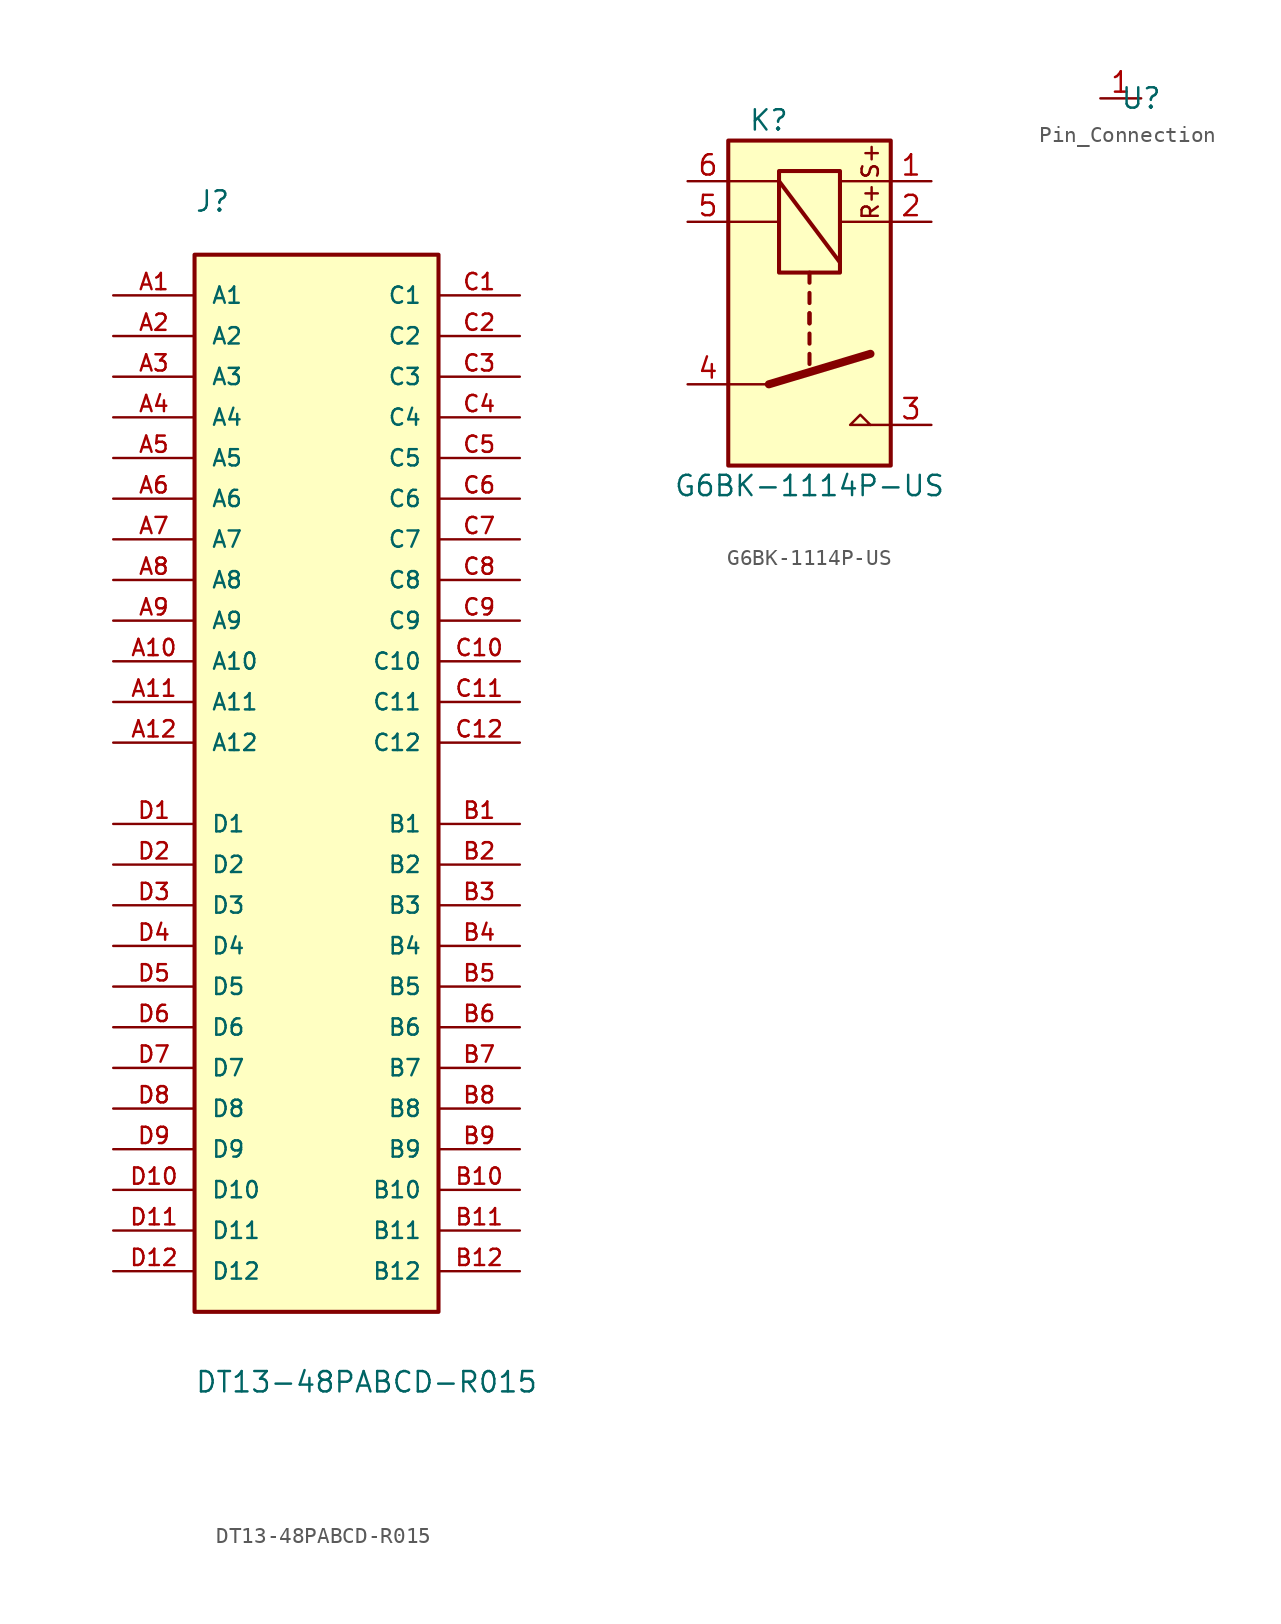
<source format=kicad_sym>
(kicad_symbol_lib
  (version 20220914)
  (generator kicad_symbol_editor)
  (symbol "DT13-48PABCD-R015"
    (pin_names
      (offset 1.016))
    (property "Reference" "J"
      (at -7.62 35.611 0)
      (effects (font (size 1.27 1.27)) (justify left bottom)))
    (property "Value" "DT13-48PABCD-R015"
      (at -7.62 -38.151 0)
      (effects (font (size 1.27 1.27)) (justify left bottom)))
    (property "ki_locked" ""
      (at 0 0 0)
      (effects (font (size 1.27 1.27))))
    (symbol "DT13-48PABCD-R015_0_0"
      (rectangle (start -7.62 -33.02) (end 7.62 33.02) (stroke (width 0.254) (type solid)) (fill (type background)))
      (pin passive line (at -12.7 30.48 0) (length 5.08) (name "A1" (effects (font (size 1.016 1.016)))) (number "A1" (effects (font (size 1.016 1.016)))))
      (pin passive line (at -12.7 7.62 0) (length 5.08) (name "A10" (effects (font (size 1.016 1.016)))) (number "A10" (effects (font (size 1.016 1.016)))))
      (pin passive line (at -12.7 5.08 0) (length 5.08) (name "A11" (effects (font (size 1.016 1.016)))) (number "A11" (effects (font (size 1.016 1.016)))))
      (pin passive line (at -12.7 2.54 0) (length 5.08) (name "A12" (effects (font (size 1.016 1.016)))) (number "A12" (effects (font (size 1.016 1.016)))))
      (pin passive line (at -12.7 27.94 0) (length 5.08) (name "A2" (effects (font (size 1.016 1.016)))) (number "A2" (effects (font (size 1.016 1.016)))))
      (pin passive line (at -12.7 25.4 0) (length 5.08) (name "A3" (effects (font (size 1.016 1.016)))) (number "A3" (effects (font (size 1.016 1.016)))))
      (pin passive line (at -12.7 22.86 0) (length 5.08) (name "A4" (effects (font (size 1.016 1.016)))) (number "A4" (effects (font (size 1.016 1.016)))))
      (pin passive line (at -12.7 20.32 0) (length 5.08) (name "A5" (effects (font (size 1.016 1.016)))) (number "A5" (effects (font (size 1.016 1.016)))))
      (pin passive line (at -12.7 17.78 0) (length 5.08) (name "A6" (effects (font (size 1.016 1.016)))) (number "A6" (effects (font (size 1.016 1.016)))))
      (pin passive line (at -12.7 15.24 0) (length 5.08) (name "A7" (effects (font (size 1.016 1.016)))) (number "A7" (effects (font (size 1.016 1.016)))))
      (pin passive line (at -12.7 12.7 0) (length 5.08) (name "A8" (effects (font (size 1.016 1.016)))) (number "A8" (effects (font (size 1.016 1.016)))))
      (pin passive line (at -12.7 10.16 0) (length 5.08) (name "A9" (effects (font (size 1.016 1.016)))) (number "A9" (effects (font (size 1.016 1.016)))))
      (pin passive line (at 12.7 -2.54 180) (length 5.08) (name "B1" (effects (font (size 1.016 1.016)))) (number "B1" (effects (font (size 1.016 1.016)))))
      (pin passive line (at 12.7 -25.4 180) (length 5.08) (name "B10" (effects (font (size 1.016 1.016)))) (number "B10" (effects (font (size 1.016 1.016)))))
      (pin passive line (at 12.7 -27.94 180) (length 5.08) (name "B11" (effects (font (size 1.016 1.016)))) (number "B11" (effects (font (size 1.016 1.016)))))
      (pin passive line (at 12.7 -30.48 180) (length 5.08) (name "B12" (effects (font (size 1.016 1.016)))) (number "B12" (effects (font (size 1.016 1.016)))))
      (pin passive line (at 12.7 -5.08 180) (length 5.08) (name "B2" (effects (font (size 1.016 1.016)))) (number "B2" (effects (font (size 1.016 1.016)))))
      (pin passive line (at 12.7 -7.62 180) (length 5.08) (name "B3" (effects (font (size 1.016 1.016)))) (number "B3" (effects (font (size 1.016 1.016)))))
      (pin passive line (at 12.7 -10.16 180) (length 5.08) (name "B4" (effects (font (size 1.016 1.016)))) (number "B4" (effects (font (size 1.016 1.016)))))
      (pin passive line (at 12.7 -12.7 180) (length 5.08) (name "B5" (effects (font (size 1.016 1.016)))) (number "B5" (effects (font (size 1.016 1.016)))))
      (pin passive line (at 12.7 -15.24 180) (length 5.08) (name "B6" (effects (font (size 1.016 1.016)))) (number "B6" (effects (font (size 1.016 1.016)))))
      (pin passive line (at 12.7 -17.78 180) (length 5.08) (name "B7" (effects (font (size 1.016 1.016)))) (number "B7" (effects (font (size 1.016 1.016)))))
      (pin passive line (at 12.7 -20.32 180) (length 5.08) (name "B8" (effects (font (size 1.016 1.016)))) (number "B8" (effects (font (size 1.016 1.016)))))
      (pin passive line (at 12.7 -22.86 180) (length 5.08) (name "B9" (effects (font (size 1.016 1.016)))) (number "B9" (effects (font (size 1.016 1.016)))))
      (pin passive line (at 12.7 30.48 180) (length 5.08) (name "C1" (effects (font (size 1.016 1.016)))) (number "C1" (effects (font (size 1.016 1.016)))))
      (pin passive line (at 12.7 7.62 180) (length 5.08) (name "C10" (effects (font (size 1.016 1.016)))) (number "C10" (effects (font (size 1.016 1.016)))))
      (pin passive line (at 12.7 5.08 180) (length 5.08) (name "C11" (effects (font (size 1.016 1.016)))) (number "C11" (effects (font (size 1.016 1.016)))))
      (pin passive line (at 12.7 2.54 180) (length 5.08) (name "C12" (effects (font (size 1.016 1.016)))) (number "C12" (effects (font (size 1.016 1.016)))))
      (pin passive line (at 12.7 27.94 180) (length 5.08) (name "C2" (effects (font (size 1.016 1.016)))) (number "C2" (effects (font (size 1.016 1.016)))))
      (pin passive line (at 12.7 25.4 180) (length 5.08) (name "C3" (effects (font (size 1.016 1.016)))) (number "C3" (effects (font (size 1.016 1.016)))))
      (pin passive line (at 12.7 22.86 180) (length 5.08) (name "C4" (effects (font (size 1.016 1.016)))) (number "C4" (effects (font (size 1.016 1.016)))))
      (pin passive line (at 12.7 20.32 180) (length 5.08) (name "C5" (effects (font (size 1.016 1.016)))) (number "C5" (effects (font (size 1.016 1.016)))))
      (pin passive line (at 12.7 17.78 180) (length 5.08) (name "C6" (effects (font (size 1.016 1.016)))) (number "C6" (effects (font (size 1.016 1.016)))))
      (pin passive line (at 12.7 15.24 180) (length 5.08) (name "C7" (effects (font (size 1.016 1.016)))) (number "C7" (effects (font (size 1.016 1.016)))))
      (pin passive line (at 12.7 12.7 180) (length 5.08) (name "C8" (effects (font (size 1.016 1.016)))) (number "C8" (effects (font (size 1.016 1.016)))))
      (pin passive line (at 12.7 10.16 180) (length 5.08) (name "C9" (effects (font (size 1.016 1.016)))) (number "C9" (effects (font (size 1.016 1.016)))))
      (pin passive line (at -12.7 -2.54 0) (length 5.08) (name "D1" (effects (font (size 1.016 1.016)))) (number "D1" (effects (font (size 1.016 1.016)))))
      (pin passive line (at -12.7 -25.4 0) (length 5.08) (name "D10" (effects (font (size 1.016 1.016)))) (number "D10" (effects (font (size 1.016 1.016)))))
      (pin passive line (at -12.7 -27.94 0) (length 5.08) (name "D11" (effects (font (size 1.016 1.016)))) (number "D11" (effects (font (size 1.016 1.016)))))
      (pin passive line (at -12.7 -30.48 0) (length 5.08) (name "D12" (effects (font (size 1.016 1.016)))) (number "D12" (effects (font (size 1.016 1.016)))))
      (pin passive line (at -12.7 -5.08 0) (length 5.08) (name "D2" (effects (font (size 1.016 1.016)))) (number "D2" (effects (font (size 1.016 1.016)))))
      (pin passive line (at -12.7 -7.62 0) (length 5.08) (name "D3" (effects (font (size 1.016 1.016)))) (number "D3" (effects (font (size 1.016 1.016)))))
      (pin passive line (at -12.7 -10.16 0) (length 5.08) (name "D4" (effects (font (size 1.016 1.016)))) (number "D4" (effects (font (size 1.016 1.016)))))
      (pin passive line (at -12.7 -12.7 0) (length 5.08) (name "D5" (effects (font (size 1.016 1.016)))) (number "D5" (effects (font (size 1.016 1.016)))))
      (pin passive line (at -12.7 -15.24 0) (length 5.08) (name "D6" (effects (font (size 1.016 1.016)))) (number "D6" (effects (font (size 1.016 1.016)))))
      (pin passive line (at -12.7 -17.78 0) (length 5.08) (name "D7" (effects (font (size 1.016 1.016)))) (number "D7" (effects (font (size 1.016 1.016)))))
      (pin passive line (at -12.7 -20.32 0) (length 5.08) (name "D8" (effects (font (size 1.016 1.016)))) (number "D8" (effects (font (size 1.016 1.016)))))
      (pin passive line (at -12.7 -22.86 0) (length 5.08) (name "D9" (effects (font (size 1.016 1.016)))) (number "D9" (effects (font (size 1.016 1.016)))))))
  (symbol "G6BK-1114P-US"
    (property "Reference" "K"
      (at -2.54 15.24 0)
      (effects (font (size 1.27 1.27))))
    (property "Value" "G6BK-1114P-US"
      (at 0 -7.62 0)
      (effects (font (size 1.27 1.27))))
    (symbol "G6BK-1114P-US_1_1"
      (rectangle (start -5.08 13.97) (end 5.08 -6.35) (stroke (width 0.254) (type default)) (fill (type background)))
      (polyline (pts (xy -5.08 8.89) (xy -1.905 8.89)) (stroke (width 0) (type default)) (fill (type none)))
      (polyline (pts (xy -5.08 11.43) (xy -1.905 11.43)) (stroke (width 0) (type default)) (fill (type none)))
      (polyline (pts (xy -2.54 -1.27) (xy -5.08 -1.27)) (stroke (width 0) (type default)) (fill (type none)))
      (polyline (pts (xy -2.54 -1.27) (xy 3.81 0.635)) (stroke (width 0.508) (type default)) (fill (type none)))
      (polyline (pts (xy -1.905 11.43) (xy 1.905 6.35)) (stroke (width 0.254) (type default)) (fill (type none)))
      (polyline (pts (xy 0 0.635) (xy 0 0)) (stroke (width 0.254) (type default)) (fill (type none)))
      (polyline (pts (xy 0 1.905) (xy 0 1.27)) (stroke (width 0.254) (type default)) (fill (type none)))
      (polyline (pts (xy 0 3.175) (xy 0 2.54)) (stroke (width 0.254) (type default)) (fill (type none)))
      (polyline (pts (xy 0 3.175) (xy 0 2.54)) (stroke (width 0.254) (type default)) (fill (type none)))
      (polyline (pts (xy 0 4.445) (xy 0 3.81)) (stroke (width 0.254) (type default)) (fill (type none)))
      (polyline (pts (xy 0 5.715) (xy 0 5.08)) (stroke (width 0.254) (type default)) (fill (type none)))
      (polyline (pts (xy 3.81 -3.81) (xy 5.08 -3.81)) (stroke (width 0) (type default)) (fill (type none)))
      (polyline (pts (xy 5.08 8.89) (xy 1.905 8.89)) (stroke (width 0) (type default)) (fill (type none)))
      (polyline (pts (xy 5.08 11.43) (xy 1.905 11.43)) (stroke (width 0) (type default)) (fill (type none)))
      (polyline (pts (xy 3.81 -3.81) (xy 2.54 -3.81) (xy 3.175 -3.175) (xy 3.81 -3.81)) (stroke (width 0) (type default)) (fill (type none)))
      (rectangle (start 1.905 12.065) (end -1.905 5.715) (stroke (width 0.254) (type default)) (fill (type none)))
      (text "R+" (at 3.81 10.16 900) (effects (font (size 1.016 1.016))))
      (text "S+" (at 3.81 12.7 900) (effects (font (size 1.016 1.016))))
      (pin passive line (at 7.62 11.43 180) (length 2.54) (name "~" (effects (font (size 1.27 1.27)))) (number "1" (effects (font (size 1.27 1.27)))))
      (pin passive line (at 7.62 8.89 180) (length 2.54) (name "~" (effects (font (size 1.27 1.27)))) (number "2" (effects (font (size 1.27 1.27)))))
      (pin passive line (at 7.62 -3.81 180) (length 2.54) (name "~" (effects (font (size 1.27 1.27)))) (number "3" (effects (font (size 1.27 1.27)))))
      (pin passive line (at -7.62 -1.27 0) (length 2.54) (name "~" (effects (font (size 1.27 1.27)))) (number "4" (effects (font (size 1.27 1.27)))))
      (pin passive line (at -7.62 8.89 0) (length 2.54) (name "~" (effects (font (size 1.27 1.27)))) (number "5" (effects (font (size 1.27 1.27)))))
      (pin passive line (at -7.62 11.43 0) (length 2.54) (name "~" (effects (font (size 1.27 1.27)))) (number "6" (effects (font (size 1.27 1.27)))))))
  (symbol "Pin_Connection"
    (property "Reference" "U"
      (at 0 0 0)
      (effects (font (size 1.27 1.27))))
    (property "Value" ""
      (at 0 0 0)
      (effects (font (size 1.27 1.27))))
    (symbol "Pin_Connection_1_1"
      (pin bidirectional line (at 0 0 180) (length 2.54) (name "" (effects (font (size 1.27 1.27)))) (number "1" (effects (font (size 1.27 1.27))))))))
</source>
